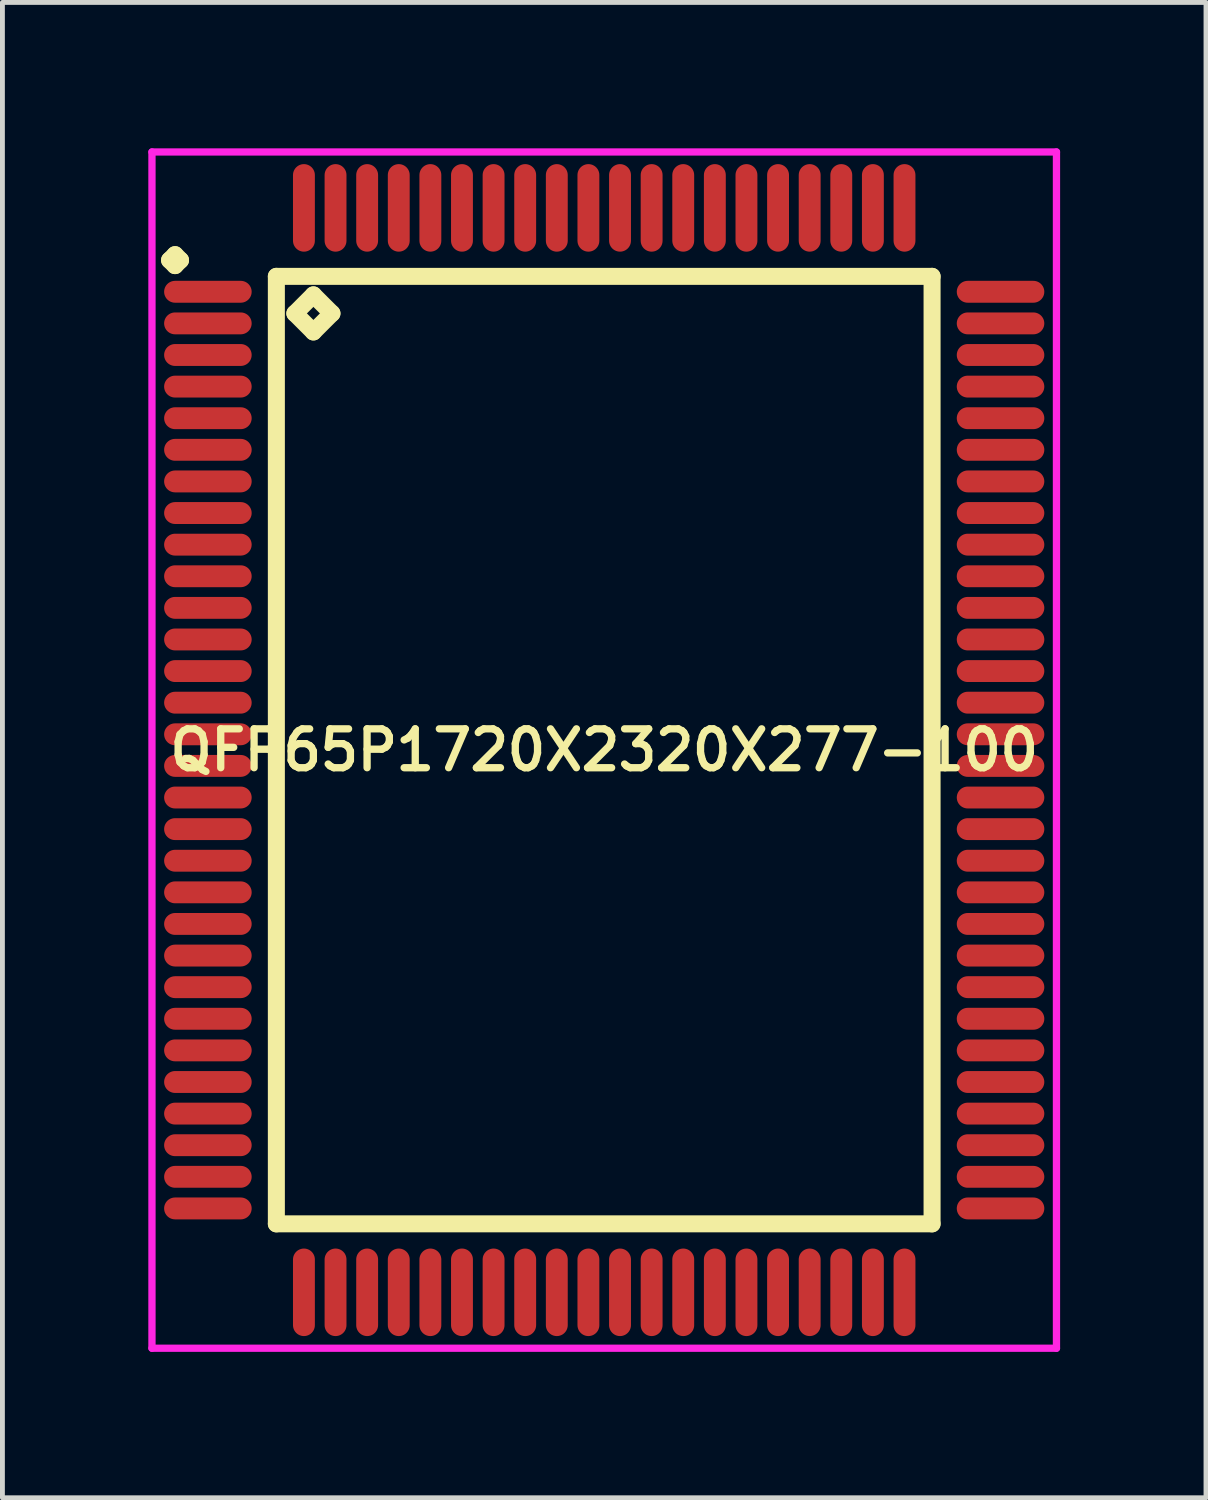
<source format=kicad_pcb>
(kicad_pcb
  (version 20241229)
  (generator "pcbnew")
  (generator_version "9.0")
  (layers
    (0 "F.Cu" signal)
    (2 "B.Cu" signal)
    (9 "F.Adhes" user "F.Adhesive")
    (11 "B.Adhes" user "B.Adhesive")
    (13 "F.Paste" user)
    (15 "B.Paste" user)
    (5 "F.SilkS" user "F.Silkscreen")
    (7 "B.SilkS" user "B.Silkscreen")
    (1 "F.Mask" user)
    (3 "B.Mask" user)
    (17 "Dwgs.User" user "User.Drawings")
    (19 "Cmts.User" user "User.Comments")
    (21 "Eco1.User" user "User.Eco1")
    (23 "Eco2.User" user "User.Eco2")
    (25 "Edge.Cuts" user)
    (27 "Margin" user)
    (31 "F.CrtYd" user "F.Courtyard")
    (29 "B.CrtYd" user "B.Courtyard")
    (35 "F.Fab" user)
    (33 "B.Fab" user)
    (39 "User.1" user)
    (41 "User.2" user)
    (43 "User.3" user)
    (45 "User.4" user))
  (footprint "QFP65P1720X2320X277-100"
    (layer "F.Cu")
    (at 9.375 12.375)
    (property "Reference" "QFP65P1720X2320X277-100" (at 0 0 0) (layer "F.SilkS") (effects (font (size 0.8 0.8) (thickness 0.15))))
    (attr smd)
    (fp_line (start -8.938 -10.075) (end -8.825 -10.188) (stroke (width 0.35) (type solid)) (layer "F.SilkS"))
    (fp_line (start -8.825 -10.188) (end -8.713 -10.075) (stroke (width 0.35) (type solid)) (layer "F.SilkS"))
    (fp_line (start -8.825 -9.963) (end -8.938 -10.075) (stroke (width 0.35) (type solid)) (layer "F.SilkS"))
    (fp_line (start -8.713 -10.075) (end -8.825 -9.963) (stroke (width 0.35) (type solid)) (layer "F.SilkS"))
    (fp_line (start -6.742 -9.742) (end -6.742 9.742) (stroke (width 0.35) (type solid)) (layer "F.SilkS"))
    (fp_line (start -6.742 9.742) (end 6.742 9.742) (stroke (width 0.35) (type solid)) (layer "F.SilkS"))
    (fp_line (start -6.361 -8.98) (end -5.98 -9.361) (stroke (width 0.35) (type solid)) (layer "F.SilkS"))
    (fp_line (start -5.98 -9.361) (end -5.599 -8.98) (stroke (width 0.35) (type solid)) (layer "F.SilkS"))
    (fp_line (start -5.98 -8.599) (end -6.361 -8.98) (stroke (width 0.35) (type solid)) (layer "F.SilkS"))
    (fp_line (start -5.599 -8.98) (end -5.98 -8.599) (stroke (width 0.35) (type solid)) (layer "F.SilkS"))
    (fp_line (start 6.742 -9.742) (end -6.742 -9.742) (stroke (width 0.35) (type solid)) (layer "F.SilkS"))
    (fp_line (start 6.742 9.742) (end 6.742 -9.742) (stroke (width 0.35) (type solid)) (layer "F.SilkS"))
    (fp_line (start -9.3 -12.3) (end 9.3 -12.3) (stroke (width 0.15) (type solid)) (layer "F.CrtYd"))
    (fp_line (start -9.3 12.3) (end -9.3 -12.3) (stroke (width 0.15) (type solid)) (layer "F.CrtYd"))
    (fp_line (start 9.3 -12.3) (end 9.3 12.3) (stroke (width 0.15) (type solid)) (layer "F.CrtYd"))
    (fp_line (start 9.3 12.3) (end -9.3 12.3) (stroke (width 0.15) (type solid)) (layer "F.CrtYd"))
    (pad "1" smd oval (at -8.15 -9.425) (size 1.8 0.45) (layers "F.Cu" "F.Mask" "F.Paste"))
    (pad "2" smd oval (at -8.15 -8.775) (size 1.8 0.45) (layers "F.Cu" "F.Mask" "F.Paste"))
    (pad "3" smd oval (at -8.15 -8.125) (size 1.8 0.45) (layers "F.Cu" "F.Mask" "F.Paste"))
    (pad "4" smd oval (at -8.15 -7.475) (size 1.8 0.45) (layers "F.Cu" "F.Mask" "F.Paste"))
    (pad "5" smd oval (at -8.15 -6.825) (size 1.8 0.45) (layers "F.Cu" "F.Mask" "F.Paste"))
    (pad "6" smd oval (at -8.15 -6.175) (size 1.8 0.45) (layers "F.Cu" "F.Mask" "F.Paste"))
    (pad "7" smd oval (at -8.15 -5.525) (size 1.8 0.45) (layers "F.Cu" "F.Mask" "F.Paste"))
    (pad "8" smd oval (at -8.15 -4.875) (size 1.8 0.45) (layers "F.Cu" "F.Mask" "F.Paste"))
    (pad "9" smd oval (at -8.15 -4.225) (size 1.8 0.45) (layers "F.Cu" "F.Mask" "F.Paste"))
    (pad "10" smd oval (at -8.15 -3.575) (size 1.8 0.45) (layers "F.Cu" "F.Mask" "F.Paste"))
    (pad "11" smd oval (at -8.15 -2.925) (size 1.8 0.45) (layers "F.Cu" "F.Mask" "F.Paste"))
    (pad "12" smd oval (at -8.15 -2.275) (size 1.8 0.45) (layers "F.Cu" "F.Mask" "F.Paste"))
    (pad "13" smd oval (at -8.15 -1.625) (size 1.8 0.45) (layers "F.Cu" "F.Mask" "F.Paste"))
    (pad "14" smd oval (at -8.15 -0.975) (size 1.8 0.45) (layers "F.Cu" "F.Mask" "F.Paste"))
    (pad "15" smd oval (at -8.15 -0.325) (size 1.8 0.45) (layers "F.Cu" "F.Mask" "F.Paste"))
    (pad "16" smd oval (at -8.15 0.325) (size 1.8 0.45) (layers "F.Cu" "F.Mask" "F.Paste"))
    (pad "17" smd oval (at -8.15 0.975) (size 1.8 0.45) (layers "F.Cu" "F.Mask" "F.Paste"))
    (pad "18" smd oval (at -8.15 1.625) (size 1.8 0.45) (layers "F.Cu" "F.Mask" "F.Paste"))
    (pad "19" smd oval (at -8.15 2.275) (size 1.8 0.45) (layers "F.Cu" "F.Mask" "F.Paste"))
    (pad "20" smd oval (at -8.15 2.925) (size 1.8 0.45) (layers "F.Cu" "F.Mask" "F.Paste"))
    (pad "21" smd oval (at -8.15 3.575) (size 1.8 0.45) (layers "F.Cu" "F.Mask" "F.Paste"))
    (pad "22" smd oval (at -8.15 4.225) (size 1.8 0.45) (layers "F.Cu" "F.Mask" "F.Paste"))
    (pad "23" smd oval (at -8.15 4.875) (size 1.8 0.45) (layers "F.Cu" "F.Mask" "F.Paste"))
    (pad "24" smd oval (at -8.15 5.525) (size 1.8 0.45) (layers "F.Cu" "F.Mask" "F.Paste"))
    (pad "25" smd oval (at -8.15 6.175) (size 1.8 0.45) (layers "F.Cu" "F.Mask" "F.Paste"))
    (pad "26" smd oval (at -8.15 6.825) (size 1.8 0.45) (layers "F.Cu" "F.Mask" "F.Paste"))
    (pad "27" smd oval (at -8.15 7.475) (size 1.8 0.45) (layers "F.Cu" "F.Mask" "F.Paste"))
    (pad "28" smd oval (at -8.15 8.125) (size 1.8 0.45) (layers "F.Cu" "F.Mask" "F.Paste"))
    (pad "29" smd oval (at -8.15 8.775) (size 1.8 0.45) (layers "F.Cu" "F.Mask" "F.Paste"))
    (pad "30" smd oval (at -8.15 9.425) (size 1.8 0.45) (layers "F.Cu" "F.Mask" "F.Paste"))
    (pad "31" smd oval (at -6.175 11.15) (size 0.45 1.8) (layers "F.Cu" "F.Mask" "F.Paste"))
    (pad "32" smd oval (at -5.525 11.15) (size 0.45 1.8) (layers "F.Cu" "F.Mask" "F.Paste"))
    (pad "33" smd oval (at -4.875 11.15) (size 0.45 1.8) (layers "F.Cu" "F.Mask" "F.Paste"))
    (pad "34" smd oval (at -4.225 11.15) (size 0.45 1.8) (layers "F.Cu" "F.Mask" "F.Paste"))
    (pad "35" smd oval (at -3.575 11.15) (size 0.45 1.8) (layers "F.Cu" "F.Mask" "F.Paste"))
    (pad "36" smd oval (at -2.925 11.15) (size 0.45 1.8) (layers "F.Cu" "F.Mask" "F.Paste"))
    (pad "37" smd oval (at -2.275 11.15) (size 0.45 1.8) (layers "F.Cu" "F.Mask" "F.Paste"))
    (pad "38" smd oval (at -1.625 11.15) (size 0.45 1.8) (layers "F.Cu" "F.Mask" "F.Paste"))
    (pad "39" smd oval (at -0.975 11.15) (size 0.45 1.8) (layers "F.Cu" "F.Mask" "F.Paste"))
    (pad "40" smd oval (at -0.325 11.15) (size 0.45 1.8) (layers "F.Cu" "F.Mask" "F.Paste"))
    (pad "41" smd oval (at 0.325 11.15) (size 0.45 1.8) (layers "F.Cu" "F.Mask" "F.Paste"))
    (pad "42" smd oval (at 0.975 11.15) (size 0.45 1.8) (layers "F.Cu" "F.Mask" "F.Paste"))
    (pad "43" smd oval (at 1.625 11.15) (size 0.45 1.8) (layers "F.Cu" "F.Mask" "F.Paste"))
    (pad "44" smd oval (at 2.275 11.15) (size 0.45 1.8) (layers "F.Cu" "F.Mask" "F.Paste"))
    (pad "45" smd oval (at 2.925 11.15) (size 0.45 1.8) (layers "F.Cu" "F.Mask" "F.Paste"))
    (pad "46" smd oval (at 3.575 11.15) (size 0.45 1.8) (layers "F.Cu" "F.Mask" "F.Paste"))
    (pad "47" smd oval (at 4.225 11.15) (size 0.45 1.8) (layers "F.Cu" "F.Mask" "F.Paste"))
    (pad "48" smd oval (at 4.875 11.15) (size 0.45 1.8) (layers "F.Cu" "F.Mask" "F.Paste"))
    (pad "49" smd oval (at 5.525 11.15) (size 0.45 1.8) (layers "F.Cu" "F.Mask" "F.Paste"))
    (pad "50" smd oval (at 6.175 11.15) (size 0.45 1.8) (layers "F.Cu" "F.Mask" "F.Paste"))
    (pad "51" smd oval (at 8.15 9.425) (size 1.8 0.45) (layers "F.Cu" "F.Mask" "F.Paste"))
    (pad "52" smd oval (at 8.15 8.775) (size 1.8 0.45) (layers "F.Cu" "F.Mask" "F.Paste"))
    (pad "53" smd oval (at 8.15 8.125) (size 1.8 0.45) (layers "F.Cu" "F.Mask" "F.Paste"))
    (pad "54" smd oval (at 8.15 7.475) (size 1.8 0.45) (layers "F.Cu" "F.Mask" "F.Paste"))
    (pad "55" smd oval (at 8.15 6.825) (size 1.8 0.45) (layers "F.Cu" "F.Mask" "F.Paste"))
    (pad "56" smd oval (at 8.15 6.175) (size 1.8 0.45) (layers "F.Cu" "F.Mask" "F.Paste"))
    (pad "57" smd oval (at 8.15 5.525) (size 1.8 0.45) (layers "F.Cu" "F.Mask" "F.Paste"))
    (pad "58" smd oval (at 8.15 4.875) (size 1.8 0.45) (layers "F.Cu" "F.Mask" "F.Paste"))
    (pad "59" smd oval (at 8.15 4.225) (size 1.8 0.45) (layers "F.Cu" "F.Mask" "F.Paste"))
    (pad "60" smd oval (at 8.15 3.575) (size 1.8 0.45) (layers "F.Cu" "F.Mask" "F.Paste"))
    (pad "61" smd oval (at 8.15 2.925) (size 1.8 0.45) (layers "F.Cu" "F.Mask" "F.Paste"))
    (pad "62" smd oval (at 8.15 2.275) (size 1.8 0.45) (layers "F.Cu" "F.Mask" "F.Paste"))
    (pad "63" smd oval (at 8.15 1.625) (size 1.8 0.45) (layers "F.Cu" "F.Mask" "F.Paste"))
    (pad "64" smd oval (at 8.15 0.975) (size 1.8 0.45) (layers "F.Cu" "F.Mask" "F.Paste"))
    (pad "65" smd oval (at 8.15 0.325) (size 1.8 0.45) (layers "F.Cu" "F.Mask" "F.Paste"))
    (pad "66" smd oval (at 8.15 -0.325) (size 1.8 0.45) (layers "F.Cu" "F.Mask" "F.Paste"))
    (pad "67" smd oval (at 8.15 -0.975) (size 1.8 0.45) (layers "F.Cu" "F.Mask" "F.Paste"))
    (pad "68" smd oval (at 8.15 -1.625) (size 1.8 0.45) (layers "F.Cu" "F.Mask" "F.Paste"))
    (pad "69" smd oval (at 8.15 -2.275) (size 1.8 0.45) (layers "F.Cu" "F.Mask" "F.Paste"))
    (pad "70" smd oval (at 8.15 -2.925) (size 1.8 0.45) (layers "F.Cu" "F.Mask" "F.Paste"))
    (pad "71" smd oval (at 8.15 -3.575) (size 1.8 0.45) (layers "F.Cu" "F.Mask" "F.Paste"))
    (pad "72" smd oval (at 8.15 -4.225) (size 1.8 0.45) (layers "F.Cu" "F.Mask" "F.Paste"))
    (pad "73" smd oval (at 8.15 -4.875) (size 1.8 0.45) (layers "F.Cu" "F.Mask" "F.Paste"))
    (pad "74" smd oval (at 8.15 -5.525) (size 1.8 0.45) (layers "F.Cu" "F.Mask" "F.Paste"))
    (pad "75" smd oval (at 8.15 -6.175) (size 1.8 0.45) (layers "F.Cu" "F.Mask" "F.Paste"))
    (pad "76" smd oval (at 8.15 -6.825) (size 1.8 0.45) (layers "F.Cu" "F.Mask" "F.Paste"))
    (pad "77" smd oval (at 8.15 -7.475) (size 1.8 0.45) (layers "F.Cu" "F.Mask" "F.Paste"))
    (pad "78" smd oval (at 8.15 -8.125) (size 1.8 0.45) (layers "F.Cu" "F.Mask" "F.Paste"))
    (pad "79" smd oval (at 8.15 -8.775) (size 1.8 0.45) (layers "F.Cu" "F.Mask" "F.Paste"))
    (pad "80" smd oval (at 8.15 -9.425) (size 1.8 0.45) (layers "F.Cu" "F.Mask" "F.Paste"))
    (pad "81" smd oval (at 6.175 -11.15) (size 0.45 1.8) (layers "F.Cu" "F.Mask" "F.Paste"))
    (pad "82" smd oval (at 5.525 -11.15) (size 0.45 1.8) (layers "F.Cu" "F.Mask" "F.Paste"))
    (pad "83" smd oval (at 4.875 -11.15) (size 0.45 1.8) (layers "F.Cu" "F.Mask" "F.Paste"))
    (pad "84" smd oval (at 4.225 -11.15) (size 0.45 1.8) (layers "F.Cu" "F.Mask" "F.Paste"))
    (pad "85" smd oval (at 3.575 -11.15) (size 0.45 1.8) (layers "F.Cu" "F.Mask" "F.Paste"))
    (pad "86" smd oval (at 2.925 -11.15) (size 0.45 1.8) (layers "F.Cu" "F.Mask" "F.Paste"))
    (pad "87" smd oval (at 2.275 -11.15) (size 0.45 1.8) (layers "F.Cu" "F.Mask" "F.Paste"))
    (pad "88" smd oval (at 1.625 -11.15) (size 0.45 1.8) (layers "F.Cu" "F.Mask" "F.Paste"))
    (pad "89" smd oval (at 0.975 -11.15) (size 0.45 1.8) (layers "F.Cu" "F.Mask" "F.Paste"))
    (pad "90" smd oval (at 0.325 -11.15) (size 0.45 1.8) (layers "F.Cu" "F.Mask" "F.Paste"))
    (pad "91" smd oval (at -0.325 -11.15) (size 0.45 1.8) (layers "F.Cu" "F.Mask" "F.Paste"))
    (pad "92" smd oval (at -0.975 -11.15) (size 0.45 1.8) (layers "F.Cu" "F.Mask" "F.Paste"))
    (pad "93" smd oval (at -1.625 -11.15) (size 0.45 1.8) (layers "F.Cu" "F.Mask" "F.Paste"))
    (pad "94" smd oval (at -2.275 -11.15) (size 0.45 1.8) (layers "F.Cu" "F.Mask" "F.Paste"))
    (pad "95" smd oval (at -2.925 -11.15) (size 0.45 1.8) (layers "F.Cu" "F.Mask" "F.Paste"))
    (pad "96" smd oval (at -3.575 -11.15) (size 0.45 1.8) (layers "F.Cu" "F.Mask" "F.Paste"))
    (pad "97" smd oval (at -4.225 -11.15) (size 0.45 1.8) (layers "F.Cu" "F.Mask" "F.Paste"))
    (pad "98" smd oval (at -4.875 -11.15) (size 0.45 1.8) (layers "F.Cu" "F.Mask" "F.Paste"))
    (pad "99" smd oval (at -5.525 -11.15) (size 0.45 1.8) (layers "F.Cu" "F.Mask" "F.Paste"))
    (pad "100" smd oval (at -6.175 -11.15) (size 0.45 1.8) (layers "F.Cu" "F.Mask" "F.Paste")))
  (gr_rect
    (start -3 -3)
    (end 21.75 27.75)
    (stroke (width 0.1) (type default))
    (fill no)
    (layer "Edge.Cuts")))
</source>
